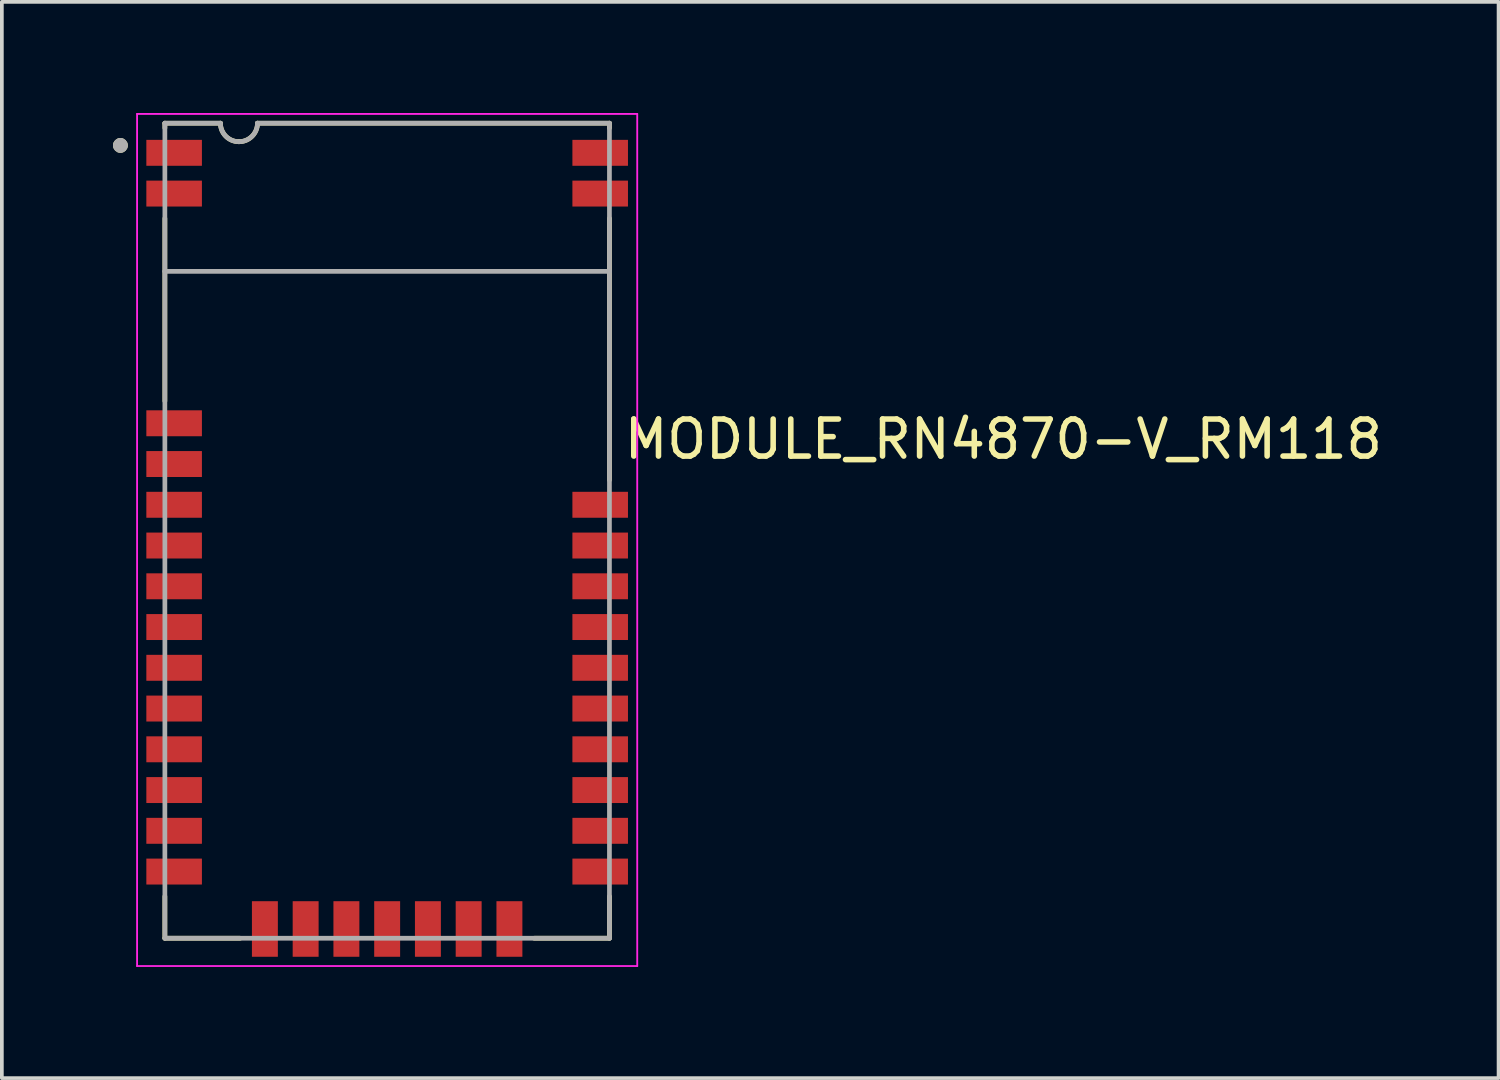
<source format=kicad_pcb>
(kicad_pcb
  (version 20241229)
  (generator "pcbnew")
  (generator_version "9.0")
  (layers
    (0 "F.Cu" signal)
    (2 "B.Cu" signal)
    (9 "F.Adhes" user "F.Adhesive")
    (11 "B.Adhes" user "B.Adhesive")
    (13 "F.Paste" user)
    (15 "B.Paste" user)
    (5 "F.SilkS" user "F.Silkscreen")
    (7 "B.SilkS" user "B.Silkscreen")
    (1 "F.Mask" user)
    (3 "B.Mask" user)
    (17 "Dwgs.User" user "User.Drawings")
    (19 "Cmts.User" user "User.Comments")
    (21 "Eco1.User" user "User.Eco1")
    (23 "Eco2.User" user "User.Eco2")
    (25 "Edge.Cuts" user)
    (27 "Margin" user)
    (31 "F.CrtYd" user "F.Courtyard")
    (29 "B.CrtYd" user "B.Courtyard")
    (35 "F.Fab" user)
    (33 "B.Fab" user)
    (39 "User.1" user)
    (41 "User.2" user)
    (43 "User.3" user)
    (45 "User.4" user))
  (footprint "MODULE_RN4870-V_RM118"
    (layer "F.Cu")
    (at 7.4 11.275)
    (property "Reference" "MODULE_RN4870-V_RM118" (at 6.32 -2.47 180) (layer "F.SilkS") (effects (font (size 1 1) (thickness 0.15)) (justify left)))
    (attr smd)
    (fp_line (start -6 -11) (end -6 -10.87) (stroke (width 0.127) (type solid)) (layer "F.SilkS"))
    (fp_line (start -6 -11) (end -4.5 -11) (stroke (width 0.127) (type solid)) (layer "F.SilkS"))
    (fp_line (start -6 -3.5) (end -6 -8.43) (stroke (width 0.127) (type solid)) (layer "F.SilkS"))
    (fp_line (start -6 11) (end -6 9.87) (stroke (width 0.127) (type solid)) (layer "F.SilkS"))
    (fp_line (start -3.97 11) (end -6 11) (stroke (width 0.127) (type solid)) (layer "F.SilkS"))
    (fp_line (start -3.5 -11) (end 6 -11) (stroke (width 0.127) (type solid)) (layer "F.SilkS"))
    (fp_line (start 6 -11) (end 6 -10.87) (stroke (width 0.127) (type solid)) (layer "F.SilkS"))
    (fp_line (start 6 -8.43) (end 6 -1.37) (stroke (width 0.127) (type solid)) (layer "F.SilkS"))
    (fp_line (start 6 9.87) (end 6 11) (stroke (width 0.127) (type solid)) (layer "F.SilkS"))
    (fp_line (start 6 11) (end 3.97 11) (stroke (width 0.127) (type solid)) (layer "F.SilkS"))
    (fp_arc (start -4 -10.5) (mid -4.353553 -10.646447) (end -4.5 -11) (stroke (width 0.127) (type solid)) (layer "F.SilkS"))
    (fp_arc (start -3.5 -11) (mid -3.646447 -10.646447) (end -4 -10.5) (stroke (width 0.127) (type solid)) (layer "F.SilkS"))
    (fp_circle (center -7.2 -10.4) (end -7.1 -10.4) (stroke (width 0.2) (type solid)) (fill no) (layer "F.SilkS"))
    (fp_line (start -6.75 -11.25) (end -6.75 11.75) (stroke (width 0.05) (type solid)) (layer "F.CrtYd"))
    (fp_line (start -6.75 11.75) (end 6.75 11.75) (stroke (width 0.05) (type solid)) (layer "F.CrtYd"))
    (fp_line (start 6.75 -11.25) (end -6.75 -11.25) (stroke (width 0.05) (type solid)) (layer "F.CrtYd"))
    (fp_line (start 6.75 11.75) (end 6.75 -11.25) (stroke (width 0.05) (type solid)) (layer "F.CrtYd"))
    (fp_line (start -6 -11) (end -6 -7) (stroke (width 0.127) (type solid)) (layer "F.Fab"))
    (fp_line (start -6 -11) (end -4.5 -11) (stroke (width 0.127) (type solid)) (layer "F.Fab"))
    (fp_line (start -6 -7) (end -6 11) (stroke (width 0.127) (type solid)) (layer "F.Fab"))
    (fp_line (start -6 -7) (end 6 -7) (stroke (width 0.127) (type solid)) (layer "F.Fab"))
    (fp_line (start -6 11) (end 6 11) (stroke (width 0.127) (type solid)) (layer "F.Fab"))
    (fp_line (start -3.5 -11) (end 6 -11) (stroke (width 0.127) (type solid)) (layer "F.Fab"))
    (fp_line (start 6 -7) (end 6 -11) (stroke (width 0.127) (type solid)) (layer "F.Fab"))
    (fp_line (start 6 11) (end 6 -7) (stroke (width 0.127) (type solid)) (layer "F.Fab"))
    (fp_arc (start -4 -10.5) (mid -4.353553 -10.646447) (end -4.5 -11) (stroke (width 0.127) (type solid)) (layer "F.Fab"))
    (fp_arc (start -3.5 -11) (mid -3.646447 -10.646447) (end -4 -10.5) (stroke (width 0.127) (type solid)) (layer "F.Fab"))
    (fp_circle (center -7.2 -10.4) (end -7.1 -10.4) (stroke (width 0.2) (type solid)) (fill no) (layer "F.Fab"))
    (pad "1" smd rect (at -5.75 -10.2) (size 1.5 0.7) (layers "F.Cu" "F.Mask" "F.Paste"))
    (pad "2" smd rect (at -5.75 -9.1) (size 1.5 0.7) (layers "F.Cu" "F.Mask" "F.Paste"))
    (pad "3" smd rect (at -5.75 -2.9) (size 1.5 0.7) (layers "F.Cu" "F.Mask" "F.Paste"))
    (pad "4" smd rect (at -5.75 -1.8) (size 1.5 0.7) (layers "F.Cu" "F.Mask" "F.Paste"))
    (pad "5" smd rect (at -5.75 -0.7) (size 1.5 0.7) (layers "F.Cu" "F.Mask" "F.Paste"))
    (pad "6" smd rect (at -5.75 0.4) (size 1.5 0.7) (layers "F.Cu" "F.Mask" "F.Paste"))
    (pad "7" smd rect (at -5.75 1.5) (size 1.5 0.7) (layers "F.Cu" "F.Mask" "F.Paste"))
    (pad "8" smd rect (at -5.75 2.6) (size 1.5 0.7) (layers "F.Cu" "F.Mask" "F.Paste"))
    (pad "9" smd rect (at -5.75 3.7) (size 1.5 0.7) (layers "F.Cu" "F.Mask" "F.Paste"))
    (pad "10" smd rect (at -5.75 4.8) (size 1.5 0.7) (layers "F.Cu" "F.Mask" "F.Paste"))
    (pad "11" smd rect (at -5.75 5.9) (size 1.5 0.7) (layers "F.Cu" "F.Mask" "F.Paste"))
    (pad "12" smd rect (at -5.75 7) (size 1.5 0.7) (layers "F.Cu" "F.Mask" "F.Paste"))
    (pad "13" smd rect (at -5.75 8.1) (size 1.5 0.7) (layers "F.Cu" "F.Mask" "F.Paste"))
    (pad "14" smd rect (at -5.75 9.2) (size 1.5 0.7) (layers "F.Cu" "F.Mask" "F.Paste"))
    (pad "15" smd rect (at -3.3 10.75) (size 0.7 1.5) (layers "F.Cu" "F.Mask" "F.Paste"))
    (pad "16" smd rect (at -2.2 10.75) (size 0.7 1.5) (layers "F.Cu" "F.Mask" "F.Paste"))
    (pad "17" smd rect (at -1.1 10.75) (size 0.7 1.5) (layers "F.Cu" "F.Mask" "F.Paste"))
    (pad "18" smd rect (at 0 10.75) (size 0.7 1.5) (layers "F.Cu" "F.Mask" "F.Paste"))
    (pad "19" smd rect (at 1.1 10.75) (size 0.7 1.5) (layers "F.Cu" "F.Mask" "F.Paste"))
    (pad "20" smd rect (at 2.2 10.75) (size 0.7 1.5) (layers "F.Cu" "F.Mask" "F.Paste"))
    (pad "21" smd rect (at 3.3 10.75) (size 0.7 1.5) (layers "F.Cu" "F.Mask" "F.Paste"))
    (pad "22" smd rect (at 5.75 9.2) (size 1.5 0.7) (layers "F.Cu" "F.Mask" "F.Paste"))
    (pad "23" smd rect (at 5.75 8.1) (size 1.5 0.7) (layers "F.Cu" "F.Mask" "F.Paste"))
    (pad "24" smd rect (at 5.75 7) (size 1.5 0.7) (layers "F.Cu" "F.Mask" "F.Paste"))
    (pad "25" smd rect (at 5.75 5.9) (size 1.5 0.7) (layers "F.Cu" "F.Mask" "F.Paste"))
    (pad "26" smd rect (at 5.75 4.8) (size 1.5 0.7) (layers "F.Cu" "F.Mask" "F.Paste"))
    (pad "27" smd rect (at 5.75 3.7) (size 1.5 0.7) (layers "F.Cu" "F.Mask" "F.Paste"))
    (pad "28" smd rect (at 5.75 2.6) (size 1.5 0.7) (layers "F.Cu" "F.Mask" "F.Paste"))
    (pad "29" smd rect (at 5.75 1.5) (size 1.5 0.7) (layers "F.Cu" "F.Mask" "F.Paste"))
    (pad "30" smd rect (at 5.75 0.4) (size 1.5 0.7) (layers "F.Cu" "F.Mask" "F.Paste"))
    (pad "31" smd rect (at 5.75 -0.7) (size 1.5 0.7) (layers "F.Cu" "F.Mask" "F.Paste"))
    (pad "32" smd rect (at 5.75 -9.1) (size 1.5 0.7) (layers "F.Cu" "F.Mask" "F.Paste"))
    (pad "33" smd rect (at 5.75 -10.2) (size 1.5 0.7) (layers "F.Cu" "F.Mask" "F.Paste"))
    (zone (net_name "") (layer "F.Cu") (hatch full 0.508) (connect_pads) (min_thickness 0.01) (filled_areas_thickness no) (keepout (tracks not_allowed) (vias not_allowed) (pads not_allowed) (copperpour not_allowed) (footprints allowed)) (placement (enabled no)) (fill) (polygon (pts (xy 3.9 9.675) (xy 5.55 9.675) (xy 5.55 11.275) (xy 3.9 11.275))))
    (zone (net_name "") (layer "F.Cu") (hatch full 0.508) (connect_pads) (min_thickness 0.01) (filled_areas_thickness no) (keepout (tracks not_allowed) (vias not_allowed) (pads not_allowed) (copperpour not_allowed) (footprints allowed)) (placement (enabled no)) (fill) (polygon (pts (xy 8.3 9.075) (xy 9.9 9.075) (xy 9.9 10.575) (xy 8.3 10.575))))
    (zone (net_name "") (layer "F.Cu") (hatch full 0.508) (connect_pads) (min_thickness 0.01) (filled_areas_thickness no) (keepout (tracks not_allowed) (vias not_allowed) (pads not_allowed) (copperpour not_allowed) (footprints allowed)) (placement (enabled no)) (fill) (polygon (pts (xy 9.4 4.275) (xy 13.4 4.275) (xy 13.4 7.475) (xy 9.4 7.475))))
    (zone (net_name "") (layer "F.Cu") (hatch full 0.508) (connect_pads) (min_thickness 0.01) (filled_areas_thickness no) (keepout (tracks not_allowed) (vias not_allowed) (pads not_allowed) (copperpour not_allowed) (footprints allowed)) (placement (enabled no)) (fill) (polygon (pts (xy 11 16.775) (xy 12.4 16.775) (xy 12.4 18.175) (xy 11 18.175))))
    (zone (net_name "") (layer "F.Cu") (hatch full 0.508) (connect_pads) (min_thickness 0.01) (filled_areas_thickness no) (keepout (tracks not_allowed) (vias not_allowed) (pads not_allowed) (copperpour not_allowed) (footprints allowed)) (placement (enabled no)) (fill) (polygon (pts (xy 1.4 0.575) (xy 1.4 0.275) (xy 13.4 0.275) (xy 13.4 0.575) (xy 12.2 0.575) (xy 12.2 2.675) (xy 13.4 2.675) (xy 13.4 4.275) (xy 1.4 4.275) (xy 1.4 2.675) (xy 2.6 2.675) (xy 2.6 0.575))))
    (zone (net_name "") (layers "F.Cu" "B.Cu") (hatch full 0.508) (connect_pads) (min_thickness 0.01) (filled_areas_thickness no) (keepout (tracks allowed) (vias not_allowed) (pads allowed) (copperpour allowed) (footprints allowed)) (placement (enabled no)) (fill) (polygon (pts (xy 3.9 9.675) (xy 5.55 9.675) (xy 5.55 11.275) (xy 3.9 11.275))))
    (zone (net_name "") (layers "F.Cu" "B.Cu") (hatch full 0.508) (connect_pads) (min_thickness 0.01) (filled_areas_thickness no) (keepout (tracks allowed) (vias not_allowed) (pads allowed) (copperpour allowed) (footprints allowed)) (placement (enabled no)) (fill) (polygon (pts (xy 8.3 9.075) (xy 9.9 9.075) (xy 9.9 10.575) (xy 8.3 10.575))))
    (zone (net_name "") (layers "F.Cu" "B.Cu") (hatch full 0.508) (connect_pads) (min_thickness 0.01) (filled_areas_thickness no) (keepout (tracks allowed) (vias not_allowed) (pads allowed) (copperpour allowed) (footprints allowed)) (placement (enabled no)) (fill) (polygon (pts (xy 9.4 4.275) (xy 13.4 4.275) (xy 13.4 7.475) (xy 9.4 7.475))))
    (zone (net_name "") (layers "F.Cu" "B.Cu") (hatch full 0.508) (connect_pads) (min_thickness 0.01) (filled_areas_thickness no) (keepout (tracks allowed) (vias not_allowed) (pads allowed) (copperpour allowed) (footprints allowed)) (placement (enabled no)) (fill) (polygon (pts (xy 11 16.775) (xy 12.4 16.775) (xy 12.4 18.175) (xy 11 18.175))))
    (zone (net_name "") (layers "F.Cu" "B.Cu") (hatch full 0.508) (connect_pads) (min_thickness 0.01) (filled_areas_thickness no) (keepout (tracks allowed) (vias not_allowed) (pads allowed) (copperpour allowed) (footprints allowed)) (placement (enabled no)) (fill) (polygon (pts (xy 1.4 0.575) (xy 1.4 0.275) (xy 13.4 0.275) (xy 13.4 0.575) (xy 12.2 0.575) (xy 12.2 2.675) (xy 13.4 2.675) (xy 13.4 4.275) (xy 1.4 4.275) (xy 1.4 2.675) (xy 2.6 2.675) (xy 2.6 0.575))))
    (zone (net_name "") (layer "B.Cu") (hatch full 0.508) (connect_pads) (min_thickness 0.01) (filled_areas_thickness no) (keepout (tracks not_allowed) (vias not_allowed) (pads not_allowed) (copperpour not_allowed) (footprints allowed)) (placement (enabled no)) (fill) (polygon (pts (xy 3.9 9.675) (xy 5.55 9.675) (xy 5.55 11.275) (xy 3.9 11.275))))
    (zone (net_name "") (layer "B.Cu") (hatch full 0.508) (connect_pads) (min_thickness 0.01) (filled_areas_thickness no) (keepout (tracks not_allowed) (vias not_allowed) (pads not_allowed) (copperpour not_allowed) (footprints allowed)) (placement (enabled no)) (fill) (polygon (pts (xy 8.3 9.075) (xy 9.9 9.075) (xy 9.9 10.575) (xy 8.3 10.575))))
    (zone (net_name "") (layer "B.Cu") (hatch full 0.508) (connect_pads) (min_thickness 0.01) (filled_areas_thickness no) (keepout (tracks not_allowed) (vias not_allowed) (pads not_allowed) (copperpour not_allowed) (footprints allowed)) (placement (enabled no)) (fill) (polygon (pts (xy 9.4 4.275) (xy 13.4 4.275) (xy 13.4 7.475) (xy 9.4 7.475))))
    (zone (net_name "") (layer "B.Cu") (hatch full 0.508) (connect_pads) (min_thickness 0.01) (filled_areas_thickness no) (keepout (tracks not_allowed) (vias not_allowed) (pads not_allowed) (copperpour not_allowed) (footprints allowed)) (placement (enabled no)) (fill) (polygon (pts (xy 11 16.775) (xy 12.4 16.775) (xy 12.4 18.175) (xy 11 18.175))))
    (zone (net_name "") (layer "B.Cu") (hatch full 0.508) (connect_pads) (min_thickness 0.01) (filled_areas_thickness no) (keepout (tracks not_allowed) (vias not_allowed) (pads not_allowed) (copperpour not_allowed) (footprints allowed)) (placement (enabled no)) (fill) (polygon (pts (xy 1.4 0.575) (xy 1.4 0.275) (xy 13.4 0.275) (xy 13.4 0.575) (xy 12.2 0.575) (xy 12.2 2.675) (xy 13.4 2.675) (xy 13.4 4.275) (xy 1.4 4.275) (xy 1.4 2.675) (xy 2.6 2.675) (xy 2.6 0.575)))))
  (gr_rect
    (start -3 -3)
    (end 37.399 26.05)
    (stroke (width 0.1) (type default))
    (fill no)
    (layer "Edge.Cuts")))
</source>
